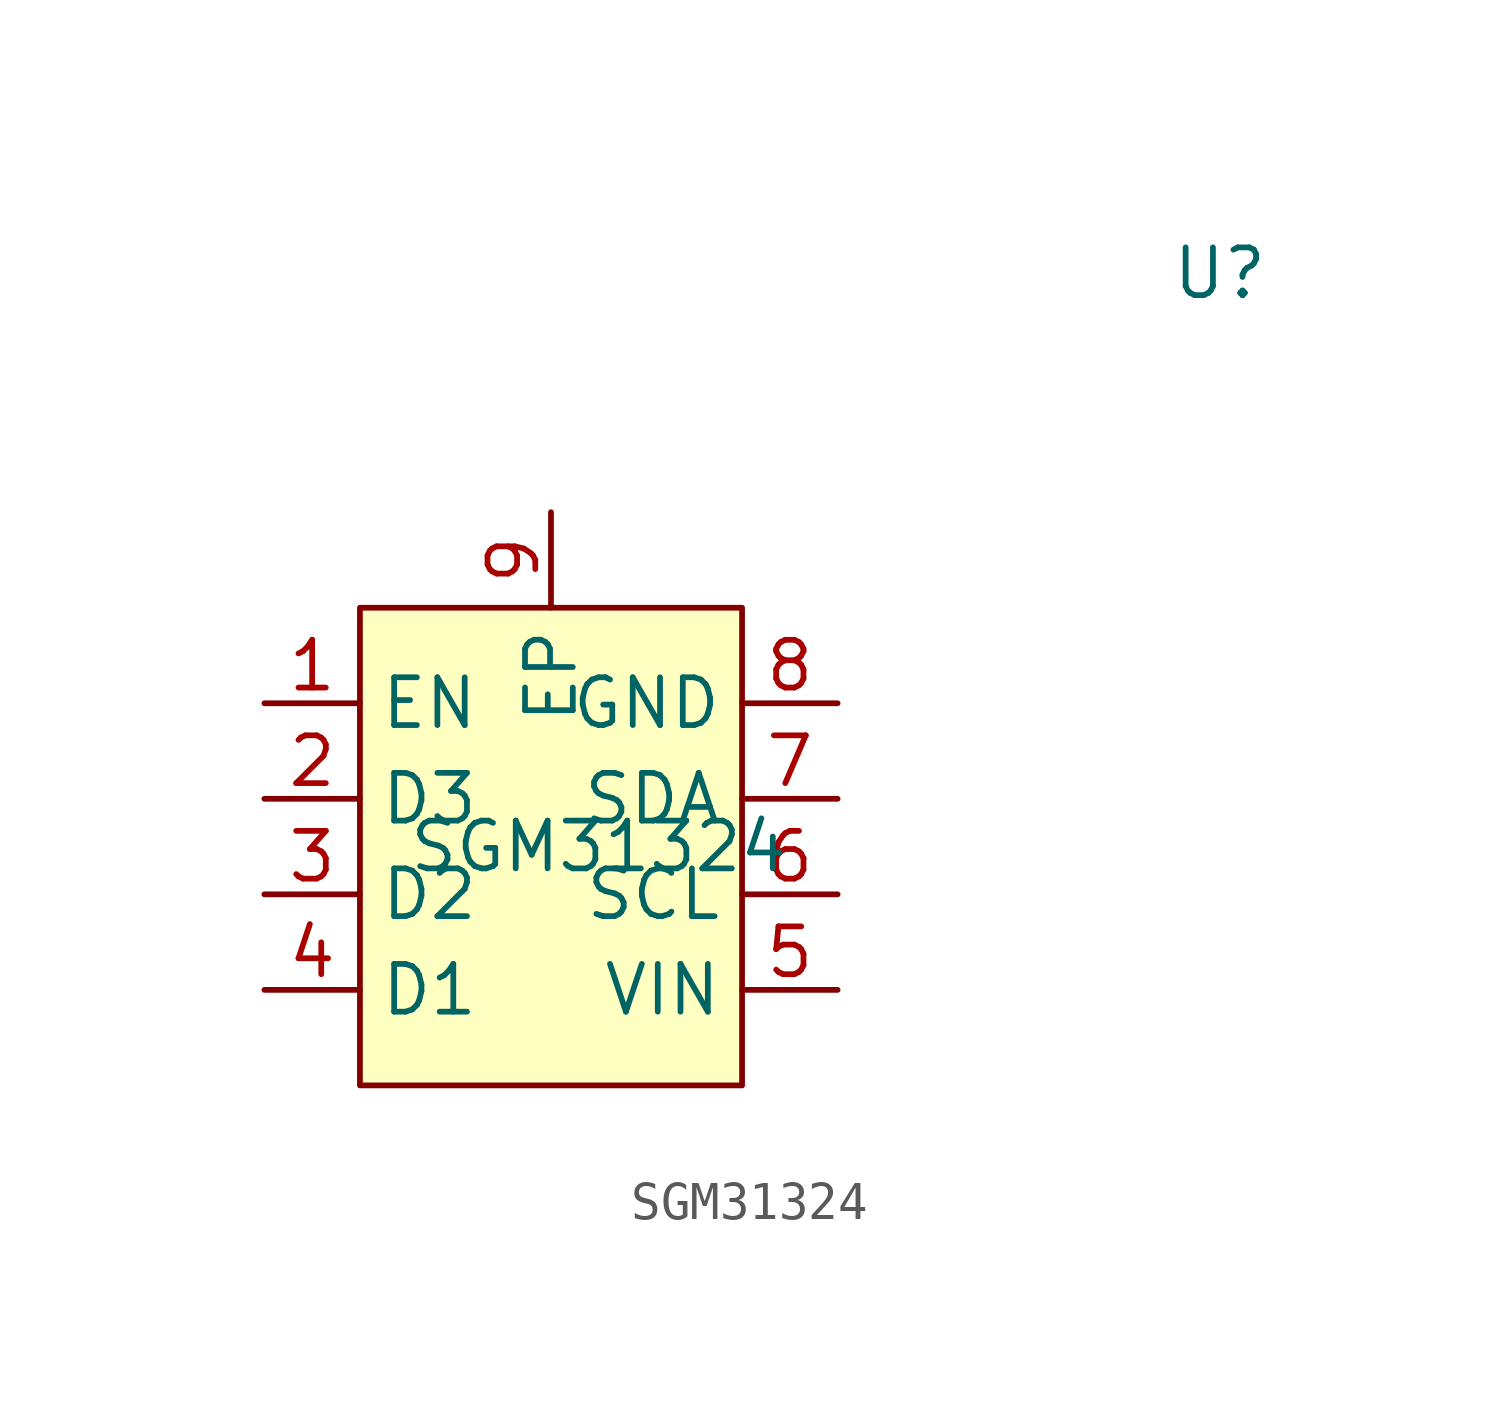
<source format=kicad_sym>
(kicad_symbol_lib
  (version 20220914)
  (generator kicad_symbol_editor)
  (symbol "SGM31324"
    (property "Reference" "U"
      (at 17.78 15.24 0)
      (effects (font (size 1.27 1.27))))
    (property "Value" "SGM31324"
      (at 1.27 0 0)
      (effects (font (size 1.27 1.27))))
    (symbol "SGM31324_1_0"
      (pin bidirectional line (at 0 8.89 270) (length 2.54) (name "EP" (effects (font (size 1.27 1.27)))) (number "9" (effects (font (size 1.27 1.27))))))
    (symbol "SGM31324_1_1"
      (rectangle (start -5.08 6.35) (end 5.08 -6.35) (stroke (width 0) (type default)) (fill (type background)))
      (pin bidirectional line (at -7.62 3.81 0) (length 2.54) (name "EN" (effects (font (size 1.27 1.27)))) (number "1" (effects (font (size 1.27 1.27)))))
      (pin bidirectional line (at -7.62 1.27 0) (length 2.54) (name "D3" (effects (font (size 1.27 1.27)))) (number "2" (effects (font (size 1.27 1.27)))))
      (pin bidirectional line (at -7.62 -1.27 0) (length 2.54) (name "D2" (effects (font (size 1.27 1.27)))) (number "3" (effects (font (size 1.27 1.27)))))
      (pin bidirectional line (at -7.62 -3.81 0) (length 2.54) (name "D1" (effects (font (size 1.27 1.27)))) (number "4" (effects (font (size 1.27 1.27)))))
      (pin power_in line (at 7.62 -3.81 180) (length 2.54) (name "VIN" (effects (font (size 1.27 1.27)))) (number "5" (effects (font (size 1.27 1.27)))))
      (pin bidirectional line (at 7.62 -1.27 180) (length 2.54) (name "SCL" (effects (font (size 1.27 1.27)))) (number "6" (effects (font (size 1.27 1.27)))))
      (pin bidirectional line (at 7.62 1.27 180) (length 2.54) (name "SDA" (effects (font (size 1.27 1.27)))) (number "7" (effects (font (size 1.27 1.27)))))
      (pin power_in line (at 7.62 3.81 180) (length 2.54) (name "GND" (effects (font (size 1.27 1.27)))) (number "8" (effects (font (size 1.27 1.27))))))))
</source>
